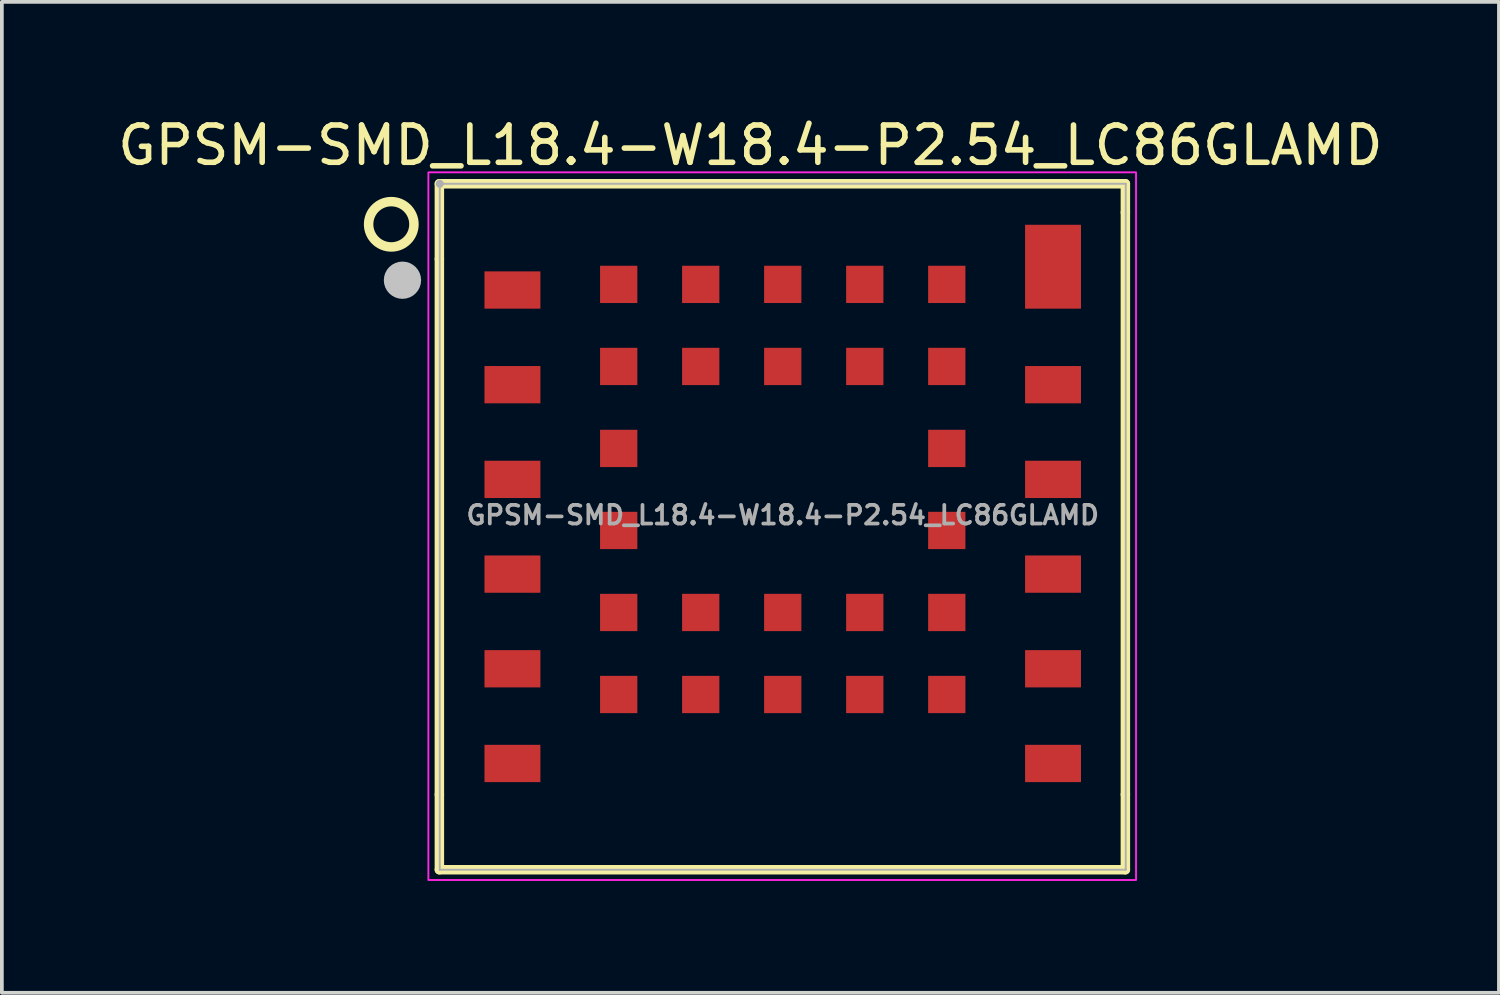
<source format=kicad_pcb>
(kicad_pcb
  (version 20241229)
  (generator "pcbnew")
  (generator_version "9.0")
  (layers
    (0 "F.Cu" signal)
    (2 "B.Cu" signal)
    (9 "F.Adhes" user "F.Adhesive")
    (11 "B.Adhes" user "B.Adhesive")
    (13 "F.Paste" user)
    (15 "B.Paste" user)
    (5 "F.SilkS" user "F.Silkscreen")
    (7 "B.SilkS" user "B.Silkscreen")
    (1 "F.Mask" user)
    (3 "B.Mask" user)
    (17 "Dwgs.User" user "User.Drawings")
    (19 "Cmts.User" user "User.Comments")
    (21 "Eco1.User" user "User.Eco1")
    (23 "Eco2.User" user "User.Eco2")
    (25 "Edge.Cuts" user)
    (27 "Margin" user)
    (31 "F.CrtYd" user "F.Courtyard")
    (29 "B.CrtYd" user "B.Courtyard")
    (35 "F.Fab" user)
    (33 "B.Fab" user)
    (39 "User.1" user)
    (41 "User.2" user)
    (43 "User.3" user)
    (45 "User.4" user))
  (footprint "GPSM-SMD_L18.4-W18.4-P2.54_LC86GLAMD"
    (layer "F.Cu")
    (at 17.945 10.766)
    (property "Reference" "GPSM-SMD_L18.4-W18.4-P2.54_LC86GLAMD" (at -0.868 -9.918 0) (layer "F.SilkS") (effects (font (size 1 1) (thickness 0.15))))
    (fp_line (start -9.21 -8.887) (end 9.19 -8.887) (stroke (width 0.254) (type default)) (layer "F.SilkS"))
    (fp_line (start -9.21 -6.869) (end -9.21 -8.887) (stroke (width 0.254) (type default)) (layer "F.SilkS"))
    (fp_line (start -9.21 -6.869) (end -9.21 7.494) (stroke (width 0.254) (type default)) (layer "F.SilkS"))
    (fp_line (start -9.21 9.512) (end -9.21 7.494) (stroke (width 0.254) (type default)) (layer "F.SilkS"))
    (fp_line (start 9.19 -8.887) (end 9.19 -8.118) (stroke (width 0.254) (type default)) (layer "F.SilkS"))
    (fp_line (start 9.19 7.494) (end 9.19 -8.118) (stroke (width 0.254) (type default)) (layer "F.SilkS"))
    (fp_line (start 9.19 7.494) (end 9.19 9.512) (stroke (width 0.254) (type default)) (layer "F.SilkS"))
    (fp_line (start 9.19 9.512) (end -9.21 9.512) (stroke (width 0.254) (type default)) (layer "F.SilkS"))
    (fp_circle (center -10.5 -7.8) (end -9.892 -7.8) (stroke (width 0.254) (type default)) (fill no) (layer "F.SilkS"))
    (fp_circle (center -10.2 -6.3) (end -9.95 -6.3) (stroke (width 0.5) (type default)) (fill no) (layer "Dwgs.User"))
    (fp_rect (start -9.505 -9.193) (end 9.476 9.788) (stroke (width 0.05) (type default)) (fill no) (layer "F.CrtYd"))
    (fp_line (start -9.2 -8.887) (end 9.2 -8.887) (stroke (width 0.051) (type default)) (layer "F.Fab"))
    (fp_line (start -9.2 9.512) (end -9.2 -8.887) (stroke (width 0.051) (type default)) (layer "F.Fab"))
    (fp_line (start 9.2 -8.887) (end 9.2 9.512) (stroke (width 0.051) (type default)) (layer "F.Fab"))
    (fp_line (start 9.2 9.512) (end -9.2 9.512) (stroke (width 0.051) (type default)) (layer "F.Fab"))
    (fp_poly (pts (xy -9.145 -8.91) (xy -9.177 -8.943) (xy -9.223 -8.943) (xy -9.255 -8.91) (xy -9.255 -8.865) (xy -9.223 -8.832) (xy -9.177 -8.832) (xy -9.145 -8.865)) (stroke (width 0.1) (type default)) (fill no) (layer "F.Fab"))
    (fp_poly (pts (xy -8 -5.537) (xy -6.5 -5.537) (xy -6.5 -6.537) (xy -8 -6.537)) (stroke (width 0.1) (type default)) (fill no) (layer "User.1"))
    (fp_poly (pts (xy -8 -2.998) (xy -6.5 -2.998) (xy -6.5 -3.998) (xy -8 -3.998)) (stroke (width 0.1) (type default)) (fill no) (layer "User.1"))
    (fp_poly (pts (xy -8 -0.458) (xy -6.5 -0.458) (xy -6.5 -1.458) (xy -8 -1.458)) (stroke (width 0.1) (type default)) (fill no) (layer "User.1"))
    (fp_poly (pts (xy -8 2.083) (xy -6.5 2.083) (xy -6.5 1.083) (xy -8 1.083)) (stroke (width 0.1) (type default)) (fill no) (layer "User.1"))
    (fp_poly (pts (xy -8 4.622) (xy -6.5 4.622) (xy -6.5 3.623) (xy -8 3.623)) (stroke (width 0.1) (type default)) (fill no) (layer "User.1"))
    (fp_poly (pts (xy -8 7.162) (xy -6.5 7.162) (xy -6.5 6.162) (xy -8 6.162)) (stroke (width 0.1) (type default)) (fill no) (layer "User.1"))
    (fp_poly (pts (xy -4.9 -5.688) (xy -3.9 -5.688) (xy -3.9 -6.688) (xy -4.9 -6.688)) (stroke (width 0.1) (type default)) (fill no) (layer "User.1"))
    (fp_poly (pts (xy -4.9 -3.487) (xy -3.9 -3.487) (xy -3.9 -4.487) (xy -4.9 -4.487)) (stroke (width 0.1) (type default)) (fill no) (layer "User.1"))
    (fp_poly (pts (xy -4.9 -1.288) (xy -3.9 -1.288) (xy -3.9 -2.288) (xy -4.9 -2.288)) (stroke (width 0.1) (type default)) (fill no) (layer "User.1"))
    (fp_poly (pts (xy -4.9 0.912) (xy -3.9 0.912) (xy -3.9 -0.087) (xy -4.9 -0.087)) (stroke (width 0.1) (type default)) (fill no) (layer "User.1"))
    (fp_poly (pts (xy -4.9 3.112) (xy -3.9 3.112) (xy -3.9 2.112) (xy -4.9 2.112)) (stroke (width 0.1) (type default)) (fill no) (layer "User.1"))
    (fp_poly (pts (xy -4.9 5.312) (xy -3.9 5.312) (xy -3.9 4.312) (xy -4.9 4.312)) (stroke (width 0.1) (type default)) (fill no) (layer "User.1"))
    (fp_poly (pts (xy -2.7 -5.688) (xy -1.7 -5.688) (xy -1.7 -6.688) (xy -2.7 -6.688)) (stroke (width 0.1) (type default)) (fill no) (layer "User.1"))
    (fp_poly (pts (xy -2.7 -3.487) (xy -1.7 -3.487) (xy -1.7 -4.487) (xy -2.7 -4.487)) (stroke (width 0.1) (type default)) (fill no) (layer "User.1"))
    (fp_poly (pts (xy -2.7 3.112) (xy -1.7 3.112) (xy -1.7 2.112) (xy -2.7 2.112)) (stroke (width 0.1) (type default)) (fill no) (layer "User.1"))
    (fp_poly (pts (xy -2.7 5.312) (xy -1.7 5.312) (xy -1.7 4.312) (xy -2.7 4.312)) (stroke (width 0.1) (type default)) (fill no) (layer "User.1"))
    (fp_poly (pts (xy -0.5 -5.688) (xy 0.5 -5.688) (xy 0.5 -6.688) (xy -0.5 -6.688)) (stroke (width 0.1) (type default)) (fill no) (layer "User.1"))
    (fp_poly (pts (xy -0.5 -3.487) (xy 0.5 -3.487) (xy 0.5 -4.487) (xy -0.5 -4.487)) (stroke (width 0.1) (type default)) (fill no) (layer "User.1"))
    (fp_poly (pts (xy -0.5 3.112) (xy 0.5 3.112) (xy 0.5 2.112) (xy -0.5 2.112)) (stroke (width 0.1) (type default)) (fill no) (layer "User.1"))
    (fp_poly (pts (xy -0.5 5.312) (xy 0.5 5.312) (xy 0.5 4.312) (xy -0.5 4.312)) (stroke (width 0.1) (type default)) (fill no) (layer "User.1"))
    (fp_poly (pts (xy 1.7 -5.688) (xy 2.7 -5.688) (xy 2.7 -6.688) (xy 1.7 -6.688)) (stroke (width 0.1) (type default)) (fill no) (layer "User.1"))
    (fp_poly (pts (xy 1.7 -3.487) (xy 2.7 -3.487) (xy 2.7 -4.487) (xy 1.7 -4.487)) (stroke (width 0.1) (type default)) (fill no) (layer "User.1"))
    (fp_poly (pts (xy 1.7 3.112) (xy 2.7 3.112) (xy 2.7 2.112) (xy 1.7 2.112)) (stroke (width 0.1) (type default)) (fill no) (layer "User.1"))
    (fp_poly (pts (xy 1.7 5.312) (xy 2.7 5.312) (xy 2.7 4.312) (xy 1.7 4.312)) (stroke (width 0.1) (type default)) (fill no) (layer "User.1"))
    (fp_poly (pts (xy 3.9 -5.688) (xy 4.9 -5.688) (xy 4.9 -6.688) (xy 3.9 -6.688)) (stroke (width 0.1) (type default)) (fill no) (layer "User.1"))
    (fp_poly (pts (xy 3.9 -3.487) (xy 4.9 -3.487) (xy 4.9 -4.487) (xy 3.9 -4.487)) (stroke (width 0.1) (type default)) (fill no) (layer "User.1"))
    (fp_poly (pts (xy 3.9 -1.288) (xy 4.9 -1.288) (xy 4.9 -2.288) (xy 3.9 -2.288)) (stroke (width 0.1) (type default)) (fill no) (layer "User.1"))
    (fp_poly (pts (xy 3.9 0.912) (xy 4.9 0.912) (xy 4.9 -0.087) (xy 3.9 -0.087)) (stroke (width 0.1) (type default)) (fill no) (layer "User.1"))
    (fp_poly (pts (xy 3.9 3.112) (xy 4.9 3.112) (xy 4.9 2.112) (xy 3.9 2.112)) (stroke (width 0.1) (type default)) (fill no) (layer "User.1"))
    (fp_poly (pts (xy 3.9 5.312) (xy 4.9 5.312) (xy 4.9 4.312) (xy 3.9 4.312)) (stroke (width 0.1) (type default)) (fill no) (layer "User.1"))
    (fp_poly (pts (xy 6.5 -5.537) (xy 8 -5.537) (xy 8 -7.787) (xy 6.5 -7.787)) (stroke (width 0.1) (type default)) (fill no) (layer "User.1"))
    (fp_poly (pts (xy 6.5 -2.998) (xy 8 -2.998) (xy 8 -3.998) (xy 6.5 -3.998)) (stroke (width 0.1) (type default)) (fill no) (layer "User.1"))
    (fp_poly (pts (xy 6.5 -0.458) (xy 8 -0.458) (xy 8 -1.458) (xy 6.5 -1.458)) (stroke (width 0.1) (type default)) (fill no) (layer "User.1"))
    (fp_poly (pts (xy 6.5 2.083) (xy 8 2.083) (xy 8 1.083) (xy 6.5 1.083)) (stroke (width 0.1) (type default)) (fill no) (layer "User.1"))
    (fp_poly (pts (xy 6.5 4.622) (xy 8 4.622) (xy 8 3.623) (xy 6.5 3.623)) (stroke (width 0.1) (type default)) (fill no) (layer "User.1"))
    (fp_poly (pts (xy 6.5 7.162) (xy 8 7.162) (xy 8 6.162) (xy 6.5 6.162)) (stroke (width 0.1) (type default)) (fill no) (layer "User.1"))
    (fp_text user "${REFERENCE}" (at 0 0 0) (layer "F.Fab") (effects (font (size 0.5 0.5) (thickness 0.1))))
    (pad "1" smd rect (at -7.25 -6.037 180) (size 1.5 1) (layers "F.Cu" "F.Mask" "F.Paste"))
    (pad "2" smd rect (at -7.25 -3.498 180) (size 1.5 1) (layers "F.Cu" "F.Mask" "F.Paste"))
    (pad "3" smd rect (at -7.25 -0.958 180) (size 1.5 1) (layers "F.Cu" "F.Mask" "F.Paste"))
    (pad "4" smd rect (at -7.25 1.583 180) (size 1.5 1) (layers "F.Cu" "F.Mask" "F.Paste"))
    (pad "5" smd rect (at -7.25 4.122 180) (size 1.5 1) (layers "F.Cu" "F.Mask" "F.Paste"))
    (pad "6" smd rect (at -7.25 6.662 180) (size 1.5 1) (layers "F.Cu" "F.Mask" "F.Paste"))
    (pad "7" smd rect (at 7.25 6.662) (size 1.5 1) (layers "F.Cu" "F.Mask" "F.Paste"))
    (pad "8" smd rect (at 7.25 4.122) (size 1.5 1) (layers "F.Cu" "F.Mask" "F.Paste"))
    (pad "9" smd rect (at 7.25 1.583) (size 1.5 1) (layers "F.Cu" "F.Mask" "F.Paste"))
    (pad "10" smd rect (at 7.25 -0.958) (size 1.5 1) (layers "F.Cu" "F.Mask" "F.Paste"))
    (pad "11" smd rect (at 7.25 -3.498) (size 1.5 1) (layers "F.Cu" "F.Mask" "F.Paste"))
    (pad "12" smd rect (at 7.25 -6.662) (size 1.5 2.25) (layers "F.Cu" "F.Mask" "F.Paste"))
    (pad "13" smd rect (at 4.4 -6.188 180) (size 1 1) (layers "F.Cu" "F.Mask" "F.Paste"))
    (pad "14" smd rect (at 2.2 -6.188 180) (size 1 1) (layers "F.Cu" "F.Mask" "F.Paste"))
    (pad "15" smd rect (at 0 -6.188 180) (size 1 1) (layers "F.Cu" "F.Mask" "F.Paste"))
    (pad "16" smd rect (at -2.2 -6.188 180) (size 1 1) (layers "F.Cu" "F.Mask" "F.Paste"))
    (pad "17" smd rect (at -4.4 -6.188 180) (size 1 1) (layers "F.Cu" "F.Mask" "F.Paste"))
    (pad "18" smd rect (at -4.4 -3.987 180) (size 1 1) (layers "F.Cu" "F.Mask" "F.Paste"))
    (pad "19" smd rect (at -4.4 -1.788 180) (size 1 1) (layers "F.Cu" "F.Mask" "F.Paste"))
    (pad "20" smd rect (at -4.4 0.412 180) (size 1 1) (layers "F.Cu" "F.Mask" "F.Paste"))
    (pad "21" smd rect (at -4.4 2.612 180) (size 1 1) (layers "F.Cu" "F.Mask" "F.Paste"))
    (pad "22" smd rect (at -4.4 4.812 180) (size 1 1) (layers "F.Cu" "F.Mask" "F.Paste"))
    (pad "23" smd rect (at -2.2 4.812 180) (size 1 1) (layers "F.Cu" "F.Mask" "F.Paste"))
    (pad "24" smd rect (at 0 4.812 180) (size 1 1) (layers "F.Cu" "F.Mask" "F.Paste"))
    (pad "25" smd rect (at 2.2 4.812 180) (size 1 1) (layers "F.Cu" "F.Mask" "F.Paste"))
    (pad "26" smd rect (at 4.4 4.812 180) (size 1 1) (layers "F.Cu" "F.Mask" "F.Paste"))
    (pad "27" smd rect (at 4.4 2.612 180) (size 1 1) (layers "F.Cu" "F.Mask" "F.Paste"))
    (pad "28" smd rect (at 4.4 0.412 180) (size 1 1) (layers "F.Cu" "F.Mask" "F.Paste"))
    (pad "29" smd rect (at 4.4 -1.788 180) (size 1 1) (layers "F.Cu" "F.Mask" "F.Paste"))
    (pad "30" smd rect (at 4.4 -3.987 180) (size 1 1) (layers "F.Cu" "F.Mask" "F.Paste"))
    (pad "31" smd rect (at 2.2 -3.987 180) (size 1 1) (layers "F.Cu" "F.Mask" "F.Paste"))
    (pad "32" smd rect (at 0 -3.987 180) (size 1 1) (layers "F.Cu" "F.Mask" "F.Paste"))
    (pad "33" smd rect (at -2.2 -3.987 180) (size 1 1) (layers "F.Cu" "F.Mask" "F.Paste"))
    (pad "34" smd rect (at -2.2 2.612 180) (size 1 1) (layers "F.Cu" "F.Mask" "F.Paste"))
    (pad "35" smd rect (at 0 2.612 180) (size 1 1) (layers "F.Cu" "F.Mask" "F.Paste"))
    (pad "36" smd rect (at 2.2 2.612 180) (size 1 1) (layers "F.Cu" "F.Mask" "F.Paste")))
  (gr_rect
    (start -3 -3)
    (end 37.155 23.579)
    (stroke (width 0.1) (type default))
    (fill no)
    (layer "Edge.Cuts")))
</source>
